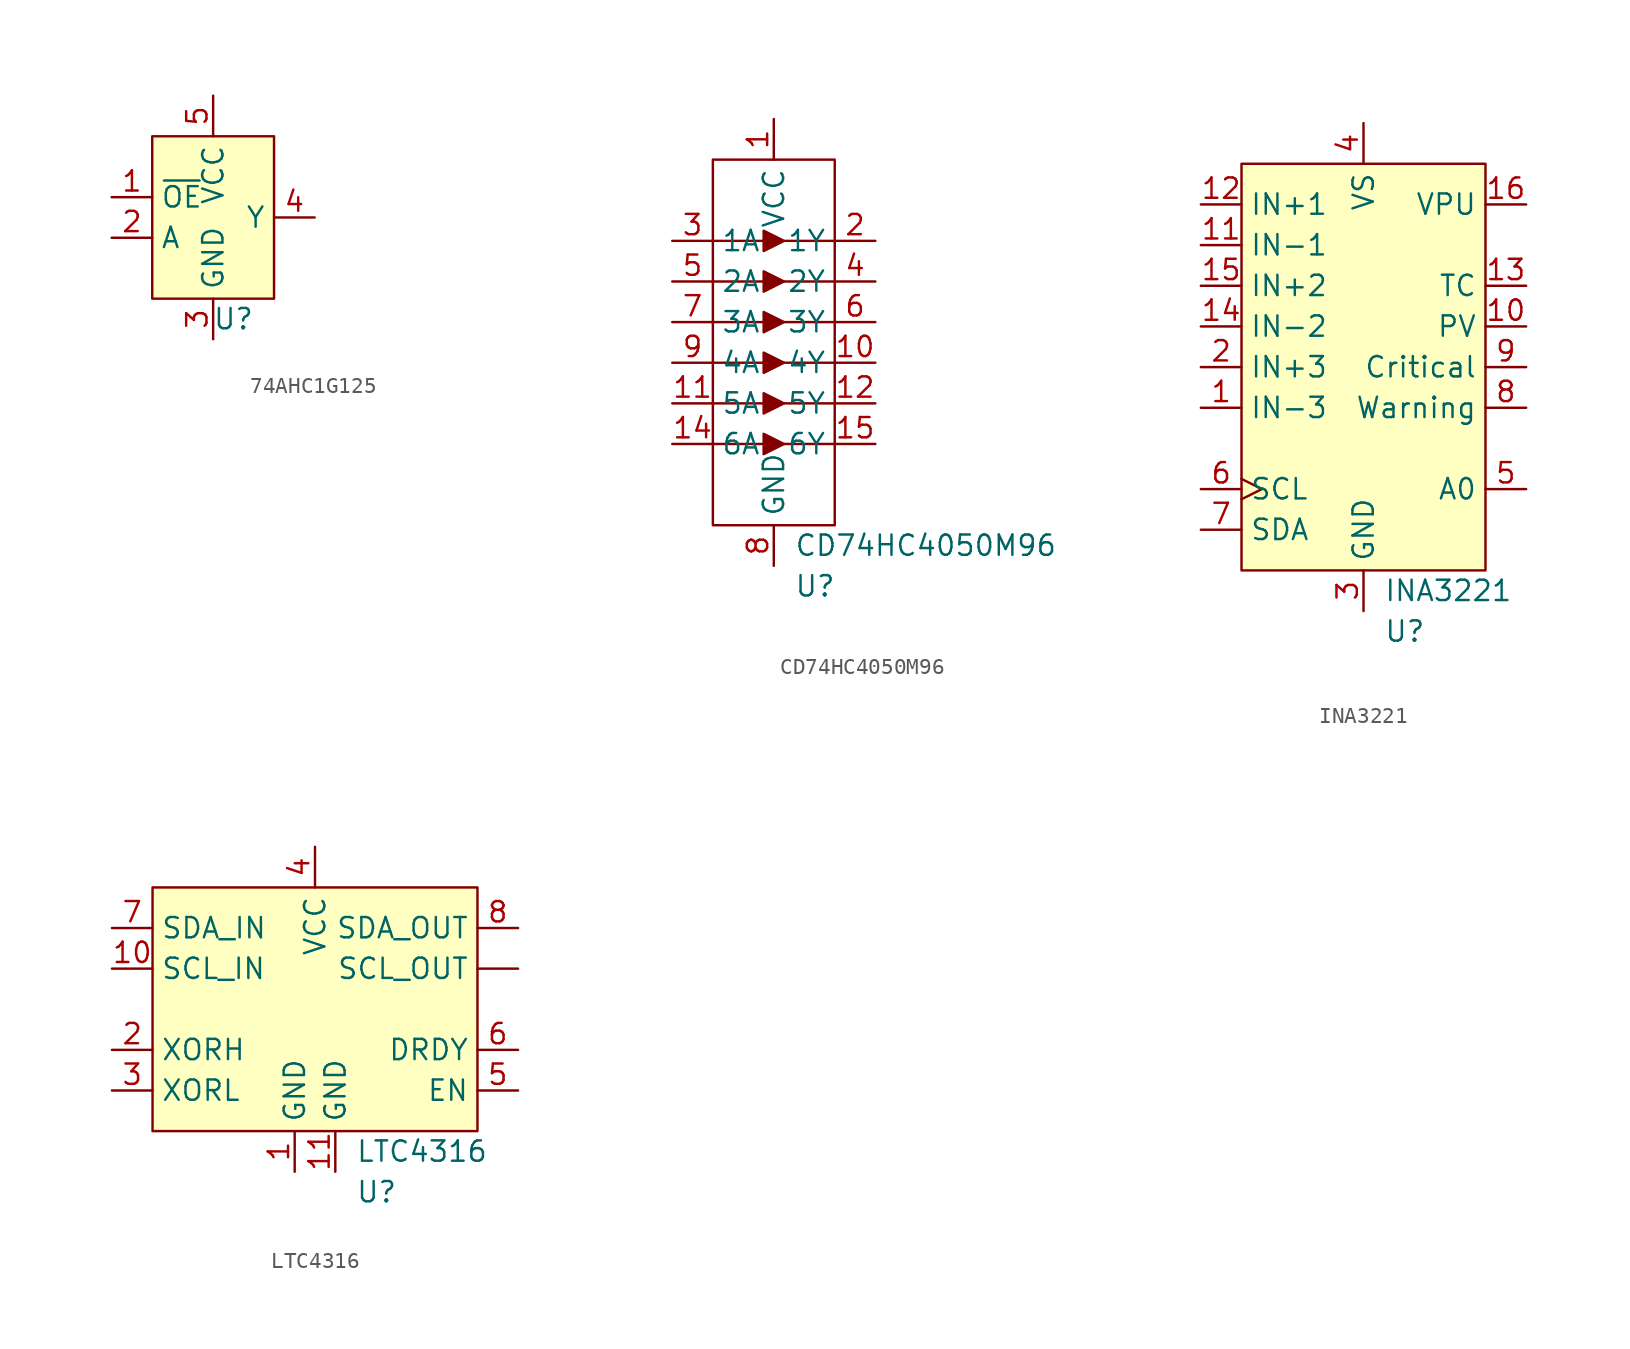
<source format=kicad_sym>
(kicad_symbol_lib
  (version 20220914)
  (generator kicad_symbol_editor)
  (symbol "74AHC1G125"
    (property "Reference" "U"
      (at 1.27 -6.35 0)
      (effects (font (size 1.27 1.27))))
    (property "Value" ""
      (at 19.05 -1.27 0)
      (effects (font (size 1.27 1.27))))
    (symbol "74AHC1G125_0_0"
      (pin unspecified line (at -6.35 1.27 0) (length 2.54) (name "~{OE}" (effects (font (size 1.27 1.27)))) (number "1" (effects (font (size 1.27 1.27)))))
      (pin unspecified line (at -6.35 -1.27 0) (length 2.54) (name "A" (effects (font (size 1.27 1.27)))) (number "2" (effects (font (size 1.27 1.27)))))
      (pin unspecified line (at 0 -7.62 90) (length 2.54) (name "GND" (effects (font (size 1.27 1.27)))) (number "3" (effects (font (size 1.27 1.27)))))
      (pin unspecified line (at 6.35 0 180) (length 2.54) (name "Y" (effects (font (size 1.27 1.27)))) (number "4" (effects (font (size 1.27 1.27)))))
      (pin unspecified line (at 0 7.62 270) (length 2.54) (name "VCC" (effects (font (size 1.27 1.27)))) (number "5" (effects (font (size 1.27 1.27))))))
    (symbol "74AHC1G125_1_1"
      (rectangle (start -3.81 5.08) (end 3.81 -5.08) (stroke (width 0) (type default)) (fill (type background)))))
  (symbol "CD74HC4050M96"
    (property "Reference" "U"
      (at 1.27 -26.67 0)
      (effects (font (size 1.27 1.27)) (justify left)))
    (property "Value" "CD74HC4050M96"
      (at 1.27 -24.13 0)
      (effects (font (size 1.27 1.27)) (justify left)))
    (property "populate" ""
      (at 0 0 0)
      (effects (font (size 1.27 1.27))))
    (symbol "CD74HC4050M96_0_1"
      (rectangle (start -3.81 0) (end 3.81 -22.86) (stroke (width 0) (type default)) (fill (type none)))
      (polyline (pts (xy -3.81 -17.78) (xy 3.81 -17.78)) (stroke (width 0) (type default)) (fill (type none)))
      (polyline (pts (xy -3.81 -15.24) (xy 3.81 -15.24)) (stroke (width 0) (type default)) (fill (type none)))
      (polyline (pts (xy -3.81 -12.7) (xy 3.81 -12.7)) (stroke (width 0) (type default)) (fill (type none)))
      (polyline (pts (xy -3.81 -10.16) (xy 3.81 -10.16)) (stroke (width 0) (type default)) (fill (type none)))
      (polyline (pts (xy -3.81 -7.62) (xy 3.81 -7.62)) (stroke (width 0) (type default)) (fill (type none)))
      (polyline (pts (xy -3.81 -5.08) (xy 3.81 -5.08)) (stroke (width 0) (type default)) (fill (type none)))
      (polyline (pts (xy -0.635 -18.415) (xy -0.635 -17.145) (xy 0.635 -17.78) (xy -0.635 -18.415)) (stroke (width 0) (type default)) (fill (type outline)))
      (polyline (pts (xy -0.635 -15.875) (xy -0.635 -14.605) (xy 0.635 -15.24) (xy -0.635 -15.875)) (stroke (width 0) (type default)) (fill (type outline)))
      (polyline (pts (xy -0.635 -13.335) (xy -0.635 -12.065) (xy 0.635 -12.7) (xy -0.635 -13.335)) (stroke (width 0) (type default)) (fill (type outline)))
      (polyline (pts (xy -0.635 -10.795) (xy -0.635 -9.525) (xy 0.635 -10.16) (xy -0.635 -10.795)) (stroke (width 0) (type default)) (fill (type outline)))
      (polyline (pts (xy -0.635 -8.255) (xy -0.635 -6.985) (xy 0.635 -7.62) (xy -0.635 -8.255)) (stroke (width 0) (type default)) (fill (type outline)))
      (polyline (pts (xy -0.635 -5.715) (xy -0.635 -4.445) (xy 0.635 -5.08) (xy -0.635 -5.715)) (stroke (width 0) (type default)) (fill (type outline))))
    (symbol "CD74HC4050M96_1_1"
      (pin power_in line (at 0 2.54 270) (length 2.54) (name "VCC" (effects (font (size 1.27 1.27)))) (number "1" (effects (font (size 1.27 1.27)))))
      (pin output line (at 6.35 -12.7 180) (length 2.54) (name "4Y" (effects (font (size 1.27 1.27)))) (number "10" (effects (font (size 1.27 1.27)))))
      (pin input line (at -6.35 -15.24 0) (length 2.54) (name "5A" (effects (font (size 1.27 1.27)))) (number "11" (effects (font (size 1.27 1.27)))))
      (pin output line (at 6.35 -15.24 180) (length 2.54) (name "5Y" (effects (font (size 1.27 1.27)))) (number "12" (effects (font (size 1.27 1.27)))))
      (pin no_connect line (at 6.35 -20.32 180) (length 2.54) hide (name "NC" (effects (font (size 1.27 1.27)))) (number "13" (effects (font (size 1.27 1.27)))))
      (pin input line (at -6.35 -17.78 0) (length 2.54) (name "6A" (effects (font (size 1.27 1.27)))) (number "14" (effects (font (size 1.27 1.27)))))
      (pin output line (at 6.35 -17.78 180) (length 2.54) (name "6Y" (effects (font (size 1.27 1.27)))) (number "15" (effects (font (size 1.27 1.27)))))
      (pin no_connect line (at 6.35 -20.32 180) (length 2.54) hide (name "NC" (effects (font (size 1.27 1.27)))) (number "16" (effects (font (size 1.27 1.27)))))
      (pin output line (at 6.35 -5.08 180) (length 2.54) (name "1Y" (effects (font (size 1.27 1.27)))) (number "2" (effects (font (size 1.27 1.27)))))
      (pin input line (at -6.35 -5.08 0) (length 2.54) (name "1A" (effects (font (size 1.27 1.27)))) (number "3" (effects (font (size 1.27 1.27)))))
      (pin output line (at 6.35 -7.62 180) (length 2.54) (name "2Y" (effects (font (size 1.27 1.27)))) (number "4" (effects (font (size 1.27 1.27)))))
      (pin input line (at -6.35 -7.62 0) (length 2.54) (name "2A" (effects (font (size 1.27 1.27)))) (number "5" (effects (font (size 1.27 1.27)))))
      (pin output line (at 6.35 -10.16 180) (length 2.54) (name "3Y" (effects (font (size 1.27 1.27)))) (number "6" (effects (font (size 1.27 1.27)))))
      (pin input line (at -6.35 -10.16 0) (length 2.54) (name "3A" (effects (font (size 1.27 1.27)))) (number "7" (effects (font (size 1.27 1.27)))))
      (pin passive line (at 0 -25.4 90) (length 2.54) (name "GND" (effects (font (size 1.27 1.27)))) (number "8" (effects (font (size 1.27 1.27)))))
      (pin input line (at -6.35 -12.7 0) (length 2.54) (name "4A" (effects (font (size 1.27 1.27)))) (number "9" (effects (font (size 1.27 1.27)))))))
  (symbol "INA3221"
    (property "Reference" "U"
      (at 1.27 -29.21 0)
      (effects (font (size 1.27 1.27)) (justify left)))
    (property "Value" "INA3221"
      (at 1.27 -26.67 0)
      (effects (font (size 1.27 1.27)) (justify left)))
    (property "populate" ""
      (at 0 0 0)
      (effects (font (size 1.27 1.27))))
    (symbol "INA3221_0_1"
      (rectangle (start -7.62 0) (end 7.62 -25.4) (stroke (width 0) (type default)) (fill (type background))))
    (symbol "INA3221_1_1"
      (pin power_out line (at -10.16 -15.24 0) (length 2.54) (name "IN-3" (effects (font (size 1.27 1.27)))) (number "1" (effects (font (size 1.27 1.27)))))
      (pin output line (at 10.16 -10.16 180) (length 2.54) (name "PV" (effects (font (size 1.27 1.27)))) (number "10" (effects (font (size 1.27 1.27)))))
      (pin power_out line (at -10.16 -5.08 0) (length 2.54) (name "IN-1" (effects (font (size 1.27 1.27)))) (number "11" (effects (font (size 1.27 1.27)))))
      (pin power_in line (at -10.16 -2.54 0) (length 2.54) (name "IN+1" (effects (font (size 1.27 1.27)))) (number "12" (effects (font (size 1.27 1.27)))))
      (pin output line (at 10.16 -7.62 180) (length 2.54) (name "TC" (effects (font (size 1.27 1.27)))) (number "13" (effects (font (size 1.27 1.27)))))
      (pin power_out line (at -10.16 -10.16 0) (length 2.54) (name "IN-2" (effects (font (size 1.27 1.27)))) (number "14" (effects (font (size 1.27 1.27)))))
      (pin power_in line (at -10.16 -7.62 0) (length 2.54) (name "IN+2" (effects (font (size 1.27 1.27)))) (number "15" (effects (font (size 1.27 1.27)))))
      (pin input line (at 10.16 -2.54 180) (length 2.54) (name "VPU" (effects (font (size 1.27 1.27)))) (number "16" (effects (font (size 1.27 1.27)))))
      (pin power_in line (at -10.16 -12.7 0) (length 2.54) (name "IN+3" (effects (font (size 1.27 1.27)))) (number "2" (effects (font (size 1.27 1.27)))))
      (pin power_in line (at 0 -27.94 90) (length 2.54) (name "GND" (effects (font (size 1.27 1.27)))) (number "3" (effects (font (size 1.27 1.27)))))
      (pin power_in line (at 0 2.54 270) (length 2.54) (name "VS" (effects (font (size 1.27 1.27)))) (number "4" (effects (font (size 1.27 1.27)))))
      (pin input line (at 10.16 -20.32 180) (length 2.54) (name "A0" (effects (font (size 1.27 1.27)))) (number "5" (effects (font (size 1.27 1.27)))))
      (pin input clock (at -10.16 -20.32 0) (length 2.54) (name "SCL" (effects (font (size 1.27 1.27)))) (number "6" (effects (font (size 1.27 1.27)))))
      (pin bidirectional line (at -10.16 -22.86 0) (length 2.54) (name "SDA" (effects (font (size 1.27 1.27)))) (number "7" (effects (font (size 1.27 1.27)))))
      (pin output line (at 10.16 -15.24 180) (length 2.54) (name "Warning" (effects (font (size 1.27 1.27)))) (number "8" (effects (font (size 1.27 1.27)))))
      (pin output line (at 10.16 -12.7 180) (length 2.54) (name "Critical" (effects (font (size 1.27 1.27)))) (number "9" (effects (font (size 1.27 1.27)))))))
  (symbol "LTC4316"
    (property "Reference" "U"
      (at 2.54 -19.05 0)
      (effects (font (size 1.27 1.27)) (justify left)))
    (property "Value" "LTC4316"
      (at 2.54 -16.51 0)
      (effects (font (size 1.27 1.27)) (justify left)))
    (symbol "LTC4316_0_1"
      (rectangle (start -10.16 0) (end 10.16 -15.24) (stroke (width 0) (type default)) (fill (type background))))
    (symbol "LTC4316_1_1"
      (pin output line (at 12.7 -5.08 180) (length 2.54) (name "SCL_OUT" (effects (font (size 1.27 1.27)))) (number "" (effects (font (size 1.27 1.27)))))
      (pin passive line (at -1.27 -17.78 90) (length 2.54) (name "GND" (effects (font (size 1.27 1.27)))) (number "1" (effects (font (size 1.27 1.27)))))
      (pin input line (at -12.7 -5.08 0) (length 2.54) (name "SCL_IN" (effects (font (size 1.27 1.27)))) (number "10" (effects (font (size 1.27 1.27)))))
      (pin passive line (at 1.27 -17.78 90) (length 2.54) (name "GND" (effects (font (size 1.27 1.27)))) (number "11" (effects (font (size 1.27 1.27)))))
      (pin input line (at -12.7 -10.16 0) (length 2.54) (name "XORH" (effects (font (size 1.27 1.27)))) (number "2" (effects (font (size 1.27 1.27)))))
      (pin input line (at -12.7 -12.7 0) (length 2.54) (name "XORL" (effects (font (size 1.27 1.27)))) (number "3" (effects (font (size 1.27 1.27)))))
      (pin power_in line (at 0 2.54 270) (length 2.54) (name "VCC" (effects (font (size 1.27 1.27)))) (number "4" (effects (font (size 1.27 1.27)))))
      (pin input line (at 12.7 -12.7 180) (length 2.54) (name "EN" (effects (font (size 1.27 1.27)))) (number "5" (effects (font (size 1.27 1.27)))))
      (pin output line (at 12.7 -10.16 180) (length 2.54) (name "DRDY" (effects (font (size 1.27 1.27)))) (number "6" (effects (font (size 1.27 1.27)))))
      (pin bidirectional line (at -12.7 -2.54 0) (length 2.54) (name "SDA_IN" (effects (font (size 1.27 1.27)))) (number "7" (effects (font (size 1.27 1.27)))))
      (pin bidirectional line (at 12.7 -2.54 180) (length 2.54) (name "SDA_OUT" (effects (font (size 1.27 1.27)))) (number "8" (effects (font (size 1.27 1.27))))))))
</source>
